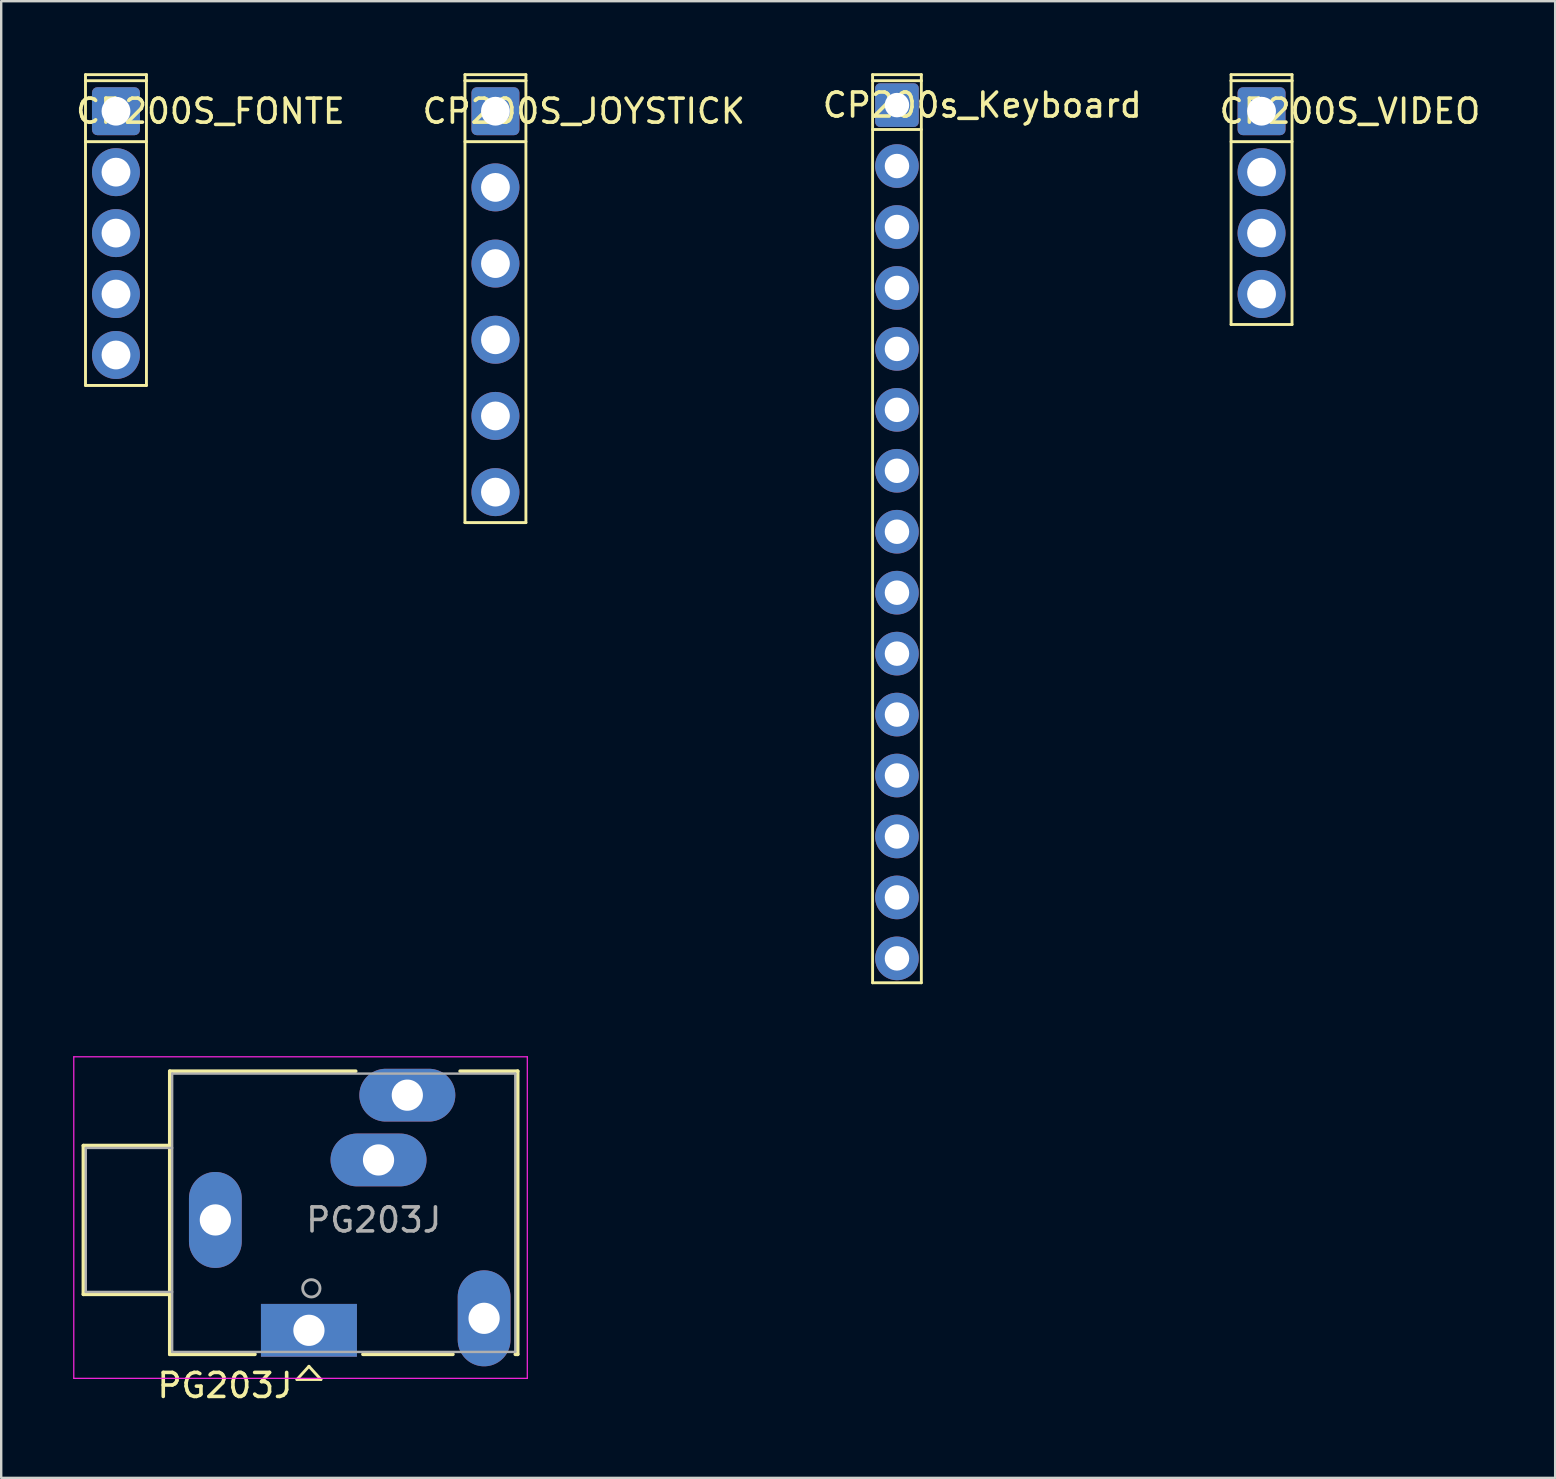
<source format=kicad_pcb>
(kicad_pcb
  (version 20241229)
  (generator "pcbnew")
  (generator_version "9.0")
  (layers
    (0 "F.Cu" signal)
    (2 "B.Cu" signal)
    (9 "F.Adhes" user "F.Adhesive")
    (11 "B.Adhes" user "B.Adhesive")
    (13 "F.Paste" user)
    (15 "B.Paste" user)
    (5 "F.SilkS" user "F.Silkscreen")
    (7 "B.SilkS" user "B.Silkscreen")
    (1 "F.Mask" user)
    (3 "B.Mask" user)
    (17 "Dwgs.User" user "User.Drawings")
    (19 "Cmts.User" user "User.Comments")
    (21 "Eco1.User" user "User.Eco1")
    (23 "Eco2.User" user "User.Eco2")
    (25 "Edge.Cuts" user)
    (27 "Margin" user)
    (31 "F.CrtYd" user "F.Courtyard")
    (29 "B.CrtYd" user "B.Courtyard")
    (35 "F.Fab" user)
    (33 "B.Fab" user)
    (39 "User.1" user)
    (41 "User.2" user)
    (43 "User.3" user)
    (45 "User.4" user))
  (footprint "CP200S_JOYSTICK"
    (layer "F.Cu")
    (at 17.597 1.584)
    (property "Reference" "CP200S_JOYSTICK" (at 3.683 0 0) (layer "F.SilkS") (effects (font (size 1 1) (thickness 0.15))))
    (attr through_hole)
    (fp_line (start -1.27 -1.524) (end 1.27 -1.524) (stroke (width 0.12) (type solid)) (layer "F.SilkS"))
    (fp_line (start -1.27 -1.27) (end -1.27 -1.524) (stroke (width 0.12) (type solid)) (layer "F.SilkS"))
    (fp_line (start -1.27 1.27) (end 1.27 1.27) (stroke (width 0.12) (type solid)) (layer "F.SilkS"))
    (fp_line (start -1.27 17.145) (end -1.27 -1.27) (stroke (width 0.12) (type solid)) (layer "F.SilkS"))
    (fp_line (start 1.27 -1.524) (end 1.27 -1.27) (stroke (width 0.12) (type solid)) (layer "F.SilkS"))
    (fp_line (start 1.27 -1.27) (end -1.27 -1.27) (stroke (width 0.12) (type solid)) (layer "F.SilkS"))
    (fp_line (start 1.27 -1.27) (end 1.27 17.145) (stroke (width 0.12) (type solid)) (layer "F.SilkS"))
    (fp_line (start 1.27 17.145) (end -1.27 17.145) (stroke (width 0.12) (type solid)) (layer "F.SilkS"))
    (pad "1" thru_hole roundrect (at 0 0) (size 2 2) (drill 1.2) (layers "*.Cu" "*.Mask") (roundrect_rratio 0.112))
    (pad "2" thru_hole circle (at 0 3.175) (size 2 2) (drill 1.2) (layers "*.Cu" "*.Mask"))
    (pad "3" thru_hole circle (at 0 6.35) (size 2 2) (drill 1.2) (layers "*.Cu" "*.Mask"))
    (pad "4" thru_hole circle (at 0 9.525) (size 2 2) (drill 1.2) (layers "*.Cu" "*.Mask"))
    (pad "5" thru_hole circle (at 0 12.7) (size 2 2) (drill 1.2) (layers "*.Cu" "*.Mask"))
    (pad "6" thru_hole circle (at 0 15.875) (size 2 2) (drill 1.2) (layers "*.Cu" "*.Mask")))
  (footprint "CP200S_FONTE"
    (layer "F.Cu")
    (at 1.783 1.584)
    (property "Reference" "CP200S_FONTE" (at 3.937 0 0) (layer "F.SilkS") (effects (font (size 1 1) (thickness 0.15))))
    (attr through_hole)
    (fp_line (start -1.27 -1.524) (end 1.27 -1.524) (stroke (width 0.12) (type solid)) (layer "F.SilkS"))
    (fp_line (start -1.27 -1.27) (end -1.27 -1.524) (stroke (width 0.12) (type solid)) (layer "F.SilkS"))
    (fp_line (start -1.27 -1.27) (end -1.27 11.43) (stroke (width 0.12) (type solid)) (layer "F.SilkS"))
    (fp_line (start -1.27 1.27) (end 1.27 1.27) (stroke (width 0.12) (type solid)) (layer "F.SilkS"))
    (fp_line (start -1.27 11.43) (end 1.27 11.43) (stroke (width 0.12) (type solid)) (layer "F.SilkS"))
    (fp_line (start 1.27 -1.524) (end 1.27 -1.27) (stroke (width 0.12) (type solid)) (layer "F.SilkS"))
    (fp_line (start 1.27 -1.27) (end -1.27 -1.27) (stroke (width 0.12) (type solid)) (layer "F.SilkS"))
    (fp_line (start 1.27 11.43) (end 1.27 -1.27) (stroke (width 0.12) (type solid)) (layer "F.SilkS"))
    (pad "1" thru_hole roundrect (at 0 0) (size 2 2) (drill 1.2) (layers "*.Cu" "*.Mask") (roundrect_rratio 0.112))
    (pad "2" thru_hole circle (at 0 2.54) (size 2 2) (drill 1.2) (layers "*.Cu" "*.Mask"))
    (pad "3" thru_hole circle (at 0 5.08) (size 2 2) (drill 1.2) (layers "*.Cu" "*.Mask"))
    (pad "4" thru_hole circle (at 0 7.62) (size 2 2) (drill 1.2) (layers "*.Cu" "*.Mask"))
    (pad "5" thru_hole circle (at 0 10.16) (size 2 2) (drill 1.2) (layers "*.Cu" "*.Mask")))
  (footprint "PG203J"
    (layer "F.Cu")
    (at 9.825 52.391)
    (property "Reference" "PG203J" (at -3.5 2.3 0) (layer "F.SilkS") (effects (font (size 1 1) (thickness 0.15))))
    (attr through_hole)
    (fp_line (start -9.4 -7.7) (end -9.4 -1.5) (stroke (width 0.15) (type solid)) (layer "F.SilkS"))
    (fp_line (start -9.4 -1.5) (end -5.8 -1.5) (stroke (width 0.15) (type solid)) (layer "F.SilkS"))
    (fp_line (start -5.8 -10.8) (end 1.95 -10.8) (stroke (width 0.15) (type solid)) (layer "F.SilkS"))
    (fp_line (start -5.8 -7.7) (end -9.4 -7.7) (stroke (width 0.15) (type solid)) (layer "F.SilkS"))
    (fp_line (start -5.8 1) (end -5.8 -10.8) (stroke (width 0.15) (type solid)) (layer "F.SilkS"))
    (fp_line (start -2.25 1) (end -5.8 1) (stroke (width 0.15) (type solid)) (layer "F.SilkS"))
    (fp_line (start -0.5 2.05) (end 0.5 2.05) (stroke (width 0.12) (type solid)) (layer "F.SilkS"))
    (fp_line (start 0 1.5) (end -0.5 2.05) (stroke (width 0.12) (type solid)) (layer "F.SilkS"))
    (fp_line (start 0.5 2.05) (end 0 1.5) (stroke (width 0.12) (type solid)) (layer "F.SilkS"))
    (fp_line (start 6 1) (end 2.25 1) (stroke (width 0.15) (type solid)) (layer "F.SilkS"))
    (fp_line (start 6.3 -10.8) (end 8.7 -10.8) (stroke (width 0.15) (type solid)) (layer "F.SilkS"))
    (fp_line (start 8.7 -10.8) (end 8.7 1) (stroke (width 0.15) (type solid)) (layer "F.SilkS"))
    (fp_line (start 8.7 1) (end 8.6 1) (stroke (width 0.15) (type solid)) (layer "F.SilkS"))
    (fp_line (start -9.8 -11.4) (end -9.8 2) (stroke (width 0.05) (type solid)) (layer "F.CrtYd"))
    (fp_line (start -9.8 2) (end 9.1 2) (stroke (width 0.05) (type solid)) (layer "F.CrtYd"))
    (fp_line (start 9.1 -11.4) (end -9.8 -11.4) (stroke (width 0.05) (type solid)) (layer "F.CrtYd"))
    (fp_line (start 9.1 2) (end 9.1 -11.4) (stroke (width 0.05) (type solid)) (layer "F.CrtYd"))
    (fp_line (start -9.3 -7.6) (end -9.3 -1.6) (stroke (width 0.1) (type solid)) (layer "F.Fab"))
    (fp_line (start -9.3 -7.6) (end -5.7 -7.6) (stroke (width 0.1) (type solid)) (layer "F.Fab"))
    (fp_line (start -9.3 -1.6) (end -5.7 -1.6) (stroke (width 0.1) (type solid)) (layer "F.Fab"))
    (fp_line (start -5.7 -10.7) (end -5.7 0.9) (stroke (width 0.1) (type solid)) (layer "F.Fab"))
    (fp_line (start -5.7 0.9) (end 8.6 0.9) (stroke (width 0.1) (type solid)) (layer "F.Fab"))
    (fp_line (start 8.6 -10.7) (end -5.7 -10.7) (stroke (width 0.1) (type solid)) (layer "F.Fab"))
    (fp_line (start 8.6 0.9) (end 8.6 -10.7) (stroke (width 0.1) (type solid)) (layer "F.Fab"))
    (fp_circle (center 0.1 -1.75) (end 0.4 -1.55) (stroke (width 0.12) (type solid)) (fill no) (layer "F.Fab"))
    (fp_text user "${REFERENCE}" (at 2.7 -4.6 0) (layer "F.Fab") (effects (font (size 1 1) (thickness 0.15))))
    (pad "1" thru_hole rect (at 0 0) (size 4 2.2) (drill 1.3) (layers "*.Cu" "*.Mask"))
    (pad "2" thru_hole oval (at 4.1 -9.8) (size 4 2.2) (drill 1.3) (layers "*.Cu" "*.Mask"))
    (pad "3" thru_hole oval (at -3.9 -4.6) (size 2.2 4) (drill 1.3) (layers "*.Cu" "*.Mask"))
    (pad "4" thru_hole oval (at 7.3 -0.5 90) (size 4 2.2) (drill 1.3) (layers "*.Cu" "*.Mask"))
    (pad "5" thru_hole oval (at 2.9 -7.1) (size 4 2.2) (drill 1.3) (layers "*.Cu" "*.Mask")))
  (footprint "CP200S_VIDEO"
    (layer "F.Cu")
    (at 49.525 1.584)
    (property "Reference" "CP200S_VIDEO" (at 3.683 0 0) (layer "F.SilkS") (effects (font (size 1 1) (thickness 0.15))))
    (attr through_hole)
    (fp_line (start -1.27 -1.524) (end 1.27 -1.524) (stroke (width 0.12) (type solid)) (layer "F.SilkS"))
    (fp_line (start -1.27 -1.27) (end -1.27 -1.524) (stroke (width 0.12) (type solid)) (layer "F.SilkS"))
    (fp_line (start -1.27 1.27) (end 1.27 1.27) (stroke (width 0.12) (type solid)) (layer "F.SilkS"))
    (fp_line (start -1.27 8.89) (end -1.27 -1.27) (stroke (width 0.12) (type solid)) (layer "F.SilkS"))
    (fp_line (start -1.27 8.89) (end 1.27 8.89) (stroke (width 0.12) (type solid)) (layer "F.SilkS"))
    (fp_line (start 1.27 -1.524) (end 1.27 -1.27) (stroke (width 0.12) (type solid)) (layer "F.SilkS"))
    (fp_line (start 1.27 -1.27) (end -1.27 -1.27) (stroke (width 0.12) (type solid)) (layer "F.SilkS"))
    (fp_line (start 1.27 -1.27) (end 1.27 8.89) (stroke (width 0.12) (type solid)) (layer "F.SilkS"))
    (pad "1" thru_hole roundrect (at 0 0) (size 2 2) (drill 1.2) (layers "*.Cu" "*.Mask") (roundrect_rratio 0.112))
    (pad "2" thru_hole circle (at 0 2.54) (size 2 2) (drill 1.2) (layers "*.Cu" "*.Mask"))
    (pad "3" thru_hole circle (at 0 5.08) (size 2 2) (drill 1.2) (layers "*.Cu" "*.Mask"))
    (pad "4" thru_hole circle (at 0 7.62) (size 2 2) (drill 1.2) (layers "*.Cu" "*.Mask")))
  (footprint "CP200s_Keyboard"
    (layer "F.Cu")
    (at 34.331 1.33)
    (property "Reference" "CP200s_Keyboard" (at 3.556 0 0) (layer "F.SilkS") (effects (font (size 1 1) (thickness 0.15))))
    (attr through_hole)
    (fp_line (start -1.016 -1.27) (end 1.016 -1.27) (stroke (width 0.12) (type solid)) (layer "F.SilkS"))
    (fp_line (start -1.016 -1.016) (end -1.016 -1.27) (stroke (width 0.12) (type solid)) (layer "F.SilkS"))
    (fp_line (start -1.016 -1.016) (end -1.016 36.576) (stroke (width 0.12) (type solid)) (layer "F.SilkS"))
    (fp_line (start -1.016 1.016) (end 1.016 1.016) (stroke (width 0.12) (type solid)) (layer "F.SilkS"))
    (fp_line (start 1.016 -1.27) (end 1.016 -1.016) (stroke (width 0.12) (type solid)) (layer "F.SilkS"))
    (fp_line (start 1.016 -1.016) (end -1.016 -1.016) (stroke (width 0.12) (type solid)) (layer "F.SilkS"))
    (fp_line (start 1.016 -1.016) (end 1.016 36.576) (stroke (width 0.12) (type solid)) (layer "F.SilkS"))
    (fp_line (start 1.016 36.576) (end -1.016 36.576) (stroke (width 0.12) (type solid)) (layer "F.SilkS"))
    (pad "1" thru_hole roundrect (at 0 0) (size 1.82 1.82) (drill 1.02) (layers "*.Cu" "*.Mask") (roundrect_rratio 0.112))
    (pad "2" thru_hole circle (at 0 2.54) (size 1.82 1.82) (drill 1.02) (layers "*.Cu" "*.Mask"))
    (pad "3" thru_hole circle (at 0 5.08) (size 1.82 1.82) (drill 1.02) (layers "*.Cu" "*.Mask"))
    (pad "4" thru_hole circle (at 0 7.62) (size 1.82 1.82) (drill 1.02) (layers "*.Cu" "*.Mask"))
    (pad "5" thru_hole circle (at 0 10.16) (size 1.82 1.82) (drill 1.02) (layers "*.Cu" "*.Mask"))
    (pad "6" thru_hole circle (at 0 12.7) (size 1.82 1.82) (drill 1.02) (layers "*.Cu" "*.Mask"))
    (pad "7" thru_hole circle (at 0 15.24) (size 1.82 1.82) (drill 1.02) (layers "*.Cu" "*.Mask"))
    (pad "8" thru_hole circle (at 0 17.78) (size 1.82 1.82) (drill 1.02) (layers "*.Cu" "*.Mask"))
    (pad "9" thru_hole circle (at 0 20.32) (size 1.82 1.82) (drill 1.02) (layers "*.Cu" "*.Mask"))
    (pad "10" thru_hole circle (at 0 22.86) (size 1.82 1.82) (drill 1.02) (layers "*.Cu" "*.Mask"))
    (pad "11" thru_hole circle (at 0 25.4) (size 1.82 1.82) (drill 1.02) (layers "*.Cu" "*.Mask"))
    (pad "12" thru_hole circle (at 0 27.94) (size 1.82 1.82) (drill 1.02) (layers "*.Cu" "*.Mask"))
    (pad "13" thru_hole circle (at 0 30.48) (size 1.82 1.82) (drill 1.02) (layers "*.Cu" "*.Mask"))
    (pad "14" thru_hole circle (at 0 33.02) (size 1.82 1.82) (drill 1.02) (layers "*.Cu" "*.Mask"))
    (pad "15" thru_hole circle (at 0 35.56) (size 1.82 1.82) (drill 1.02) (layers "*.Cu" "*.Mask")))
  (gr_rect
    (start -3 -3)
    (end 61.762 58.539)
    (stroke (width 0.1) (type default))
    (fill no)
    (layer "Edge.Cuts")))
</source>
